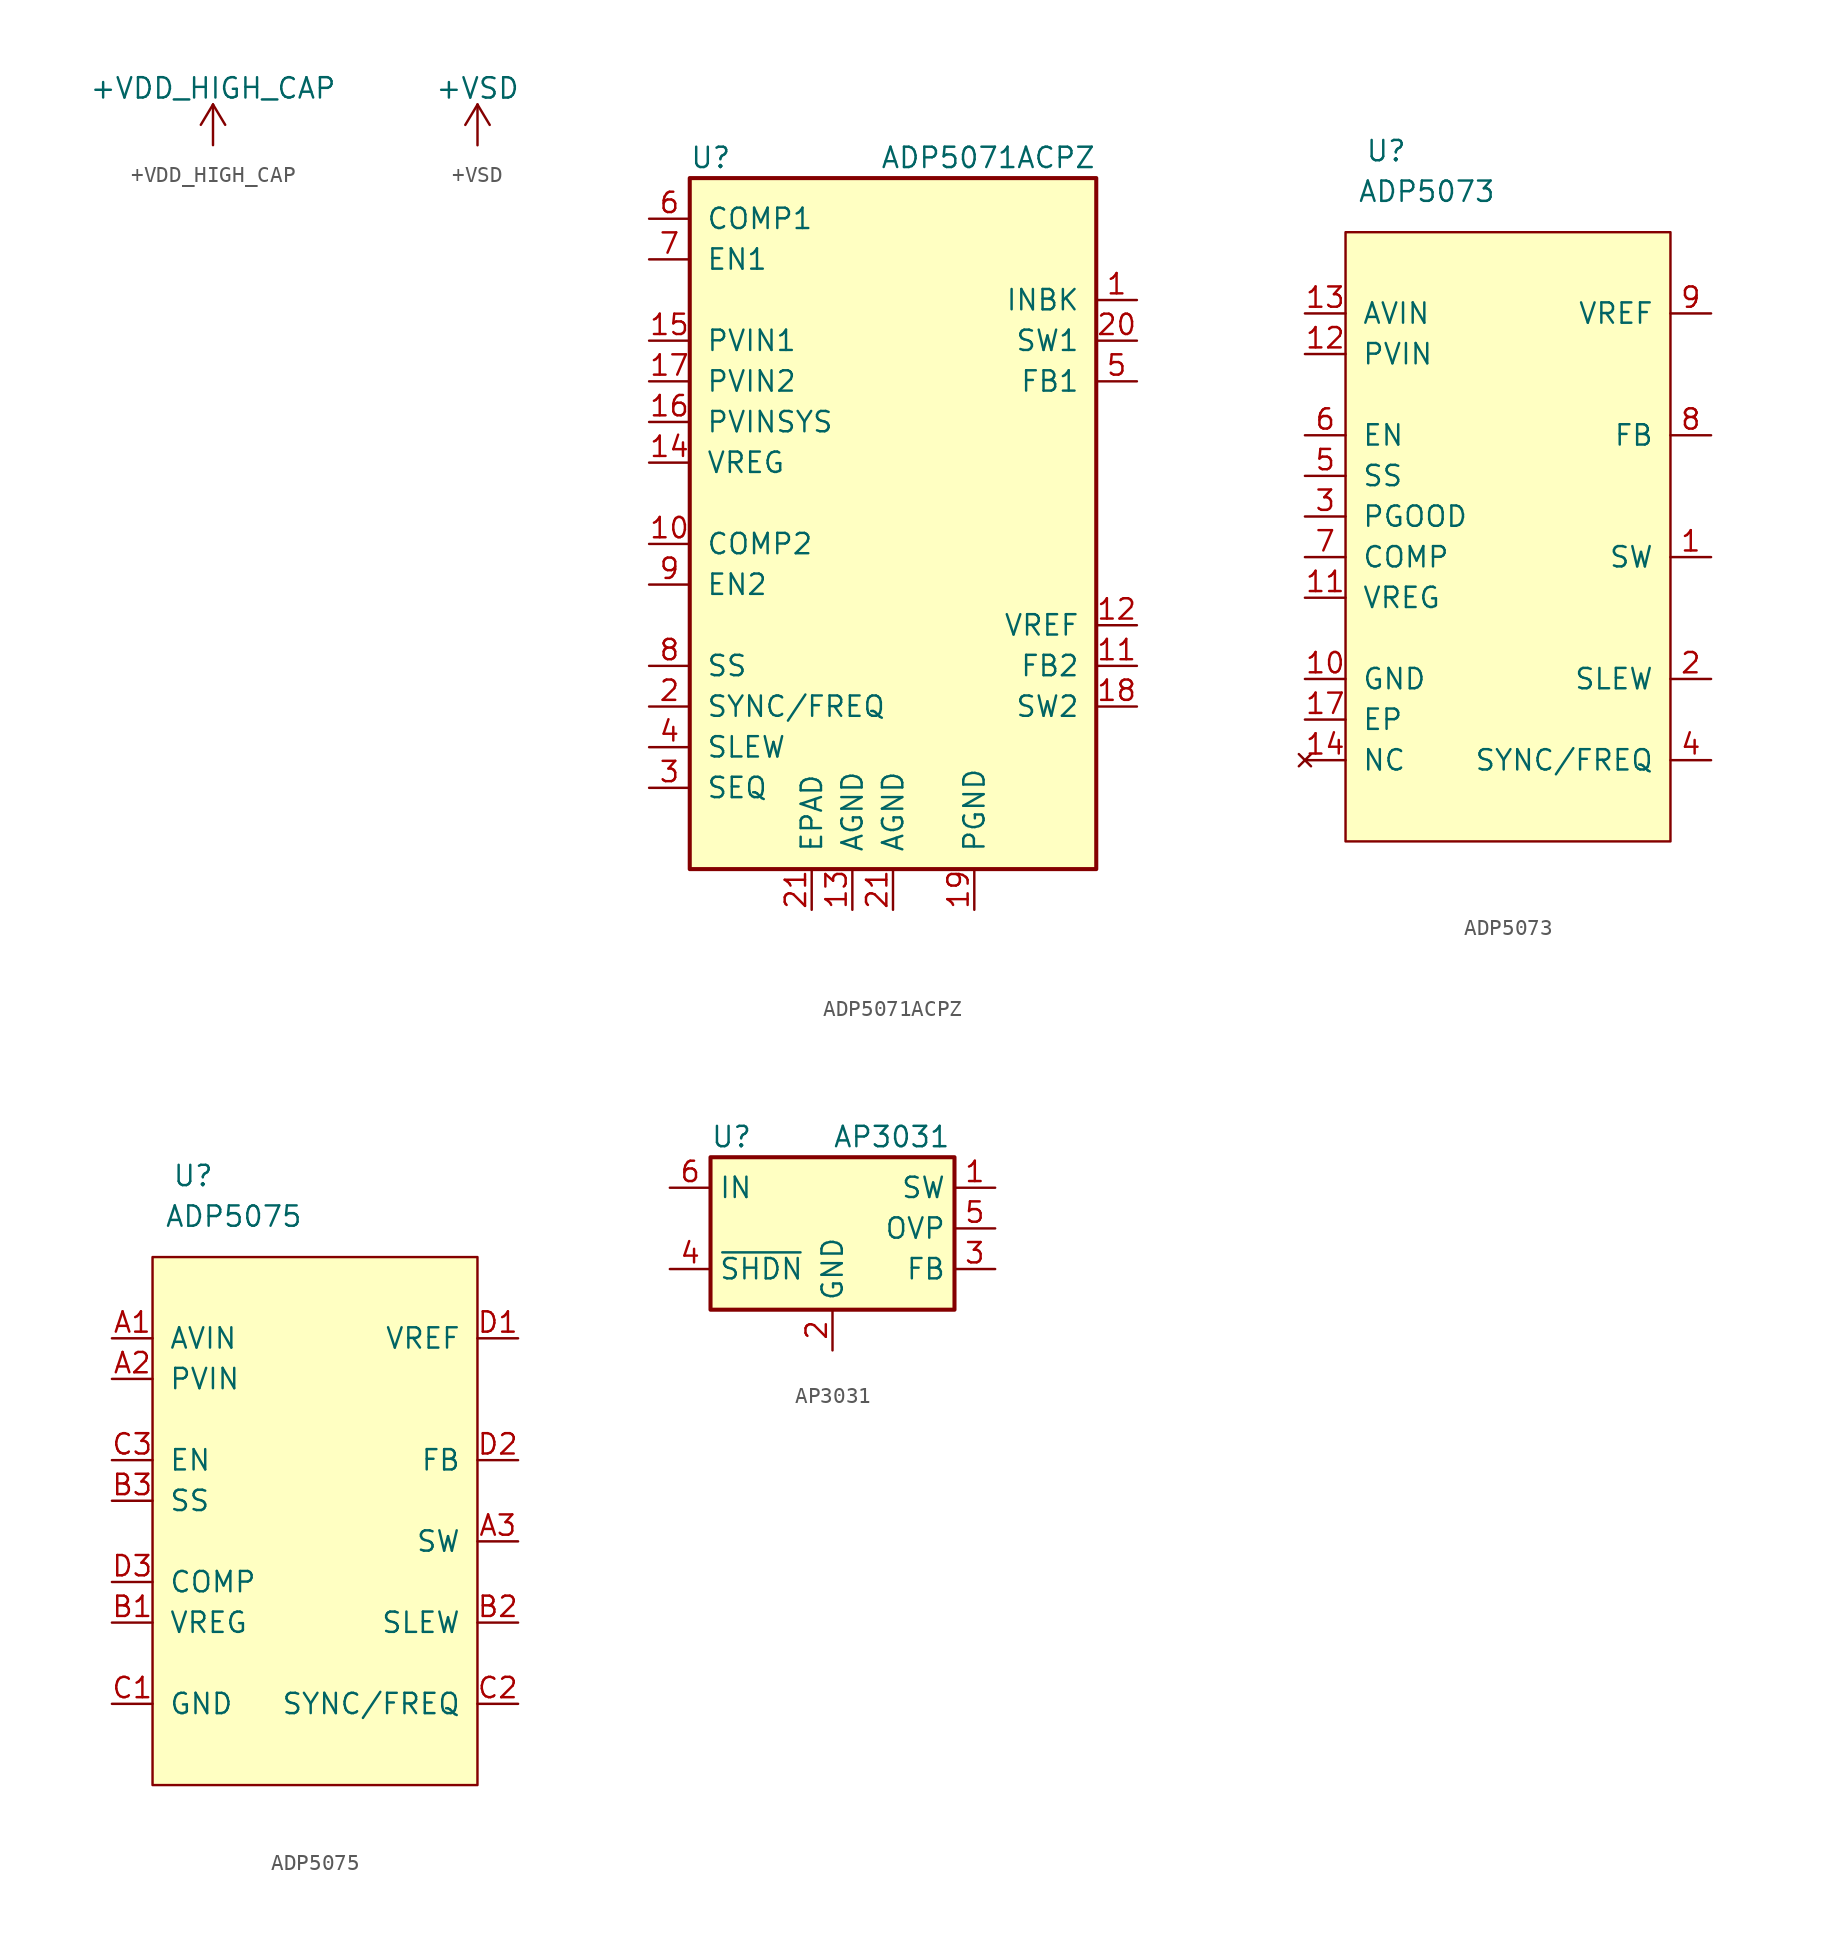
<source format=kicad_sym>
(kicad_symbol_lib
  (version 20231120)
  (generator "kicad_symbol_editor")
  (generator_version "8.0")
  (symbol "+VDD_HIGH_CAP"
    (power)
    (pin_names
      (offset 0))
    (property "Reference" "#PWR"
      (at 0 -3.81 0)
      (effects (font (size 1.27 1.27)) (hide yes)))
    (property "Value" "+VDD_HIGH_CAP"
      (at 0 3.556 0)
      (effects (font (size 1.27 1.27))))
    (symbol "+VDD_HIGH_CAP_0_1"
      (polyline (pts (xy -0.762 1.27) (xy 0 2.54)) (stroke (width 0) (type default)) (fill (type none)))
      (polyline (pts (xy 0 0) (xy 0 2.54)) (stroke (width 0) (type default)) (fill (type none)))
      (polyline (pts (xy 0 2.54) (xy 0.762 1.27)) (stroke (width 0) (type default)) (fill (type none))))
    (symbol "+VDD_HIGH_CAP_1_1"
      (pin power_in line (at 0 0 90) (length 0) hide (name "+VDD_HIGH_CAP" (effects (font (size 1.27 1.27)))) (number "1" (effects (font (size 1.27 1.27)))))))
  (symbol "+VSD"
    (power)
    (pin_names
      (offset 0))
    (property "Reference" "#PWR"
      (at 0 -3.81 0)
      (effects (font (size 1.27 1.27)) (hide yes)))
    (property "Value" "+VSD"
      (at 0 3.556 0)
      (effects (font (size 1.27 1.27))))
    (symbol "+VSD_0_1"
      (polyline (pts (xy -0.762 1.27) (xy 0 2.54)) (stroke (width 0) (type default)) (fill (type none)))
      (polyline (pts (xy 0 0) (xy 0 2.54)) (stroke (width 0) (type default)) (fill (type none)))
      (polyline (pts (xy 0 2.54) (xy 0.762 1.27)) (stroke (width 0) (type default)) (fill (type none))))
    (symbol "+VSD_1_1"
      (pin power_in line (at 0 0 90) (length 0) hide (name "+VSD" (effects (font (size 1.27 1.27)))) (number "1" (effects (font (size 1.27 1.27)))))))
  (symbol "ADP5071ACPZ"
    (pin_names
      (offset 1.016))
    (property "Reference" "U"
      (at -12.7 24.13 0)
      (effects (font (size 1.27 1.27)) (justify left)))
    (property "Value" "ADP5071ACPZ"
      (at 12.7 24.13 0)
      (effects (font (size 1.27 1.27)) (justify right)))
    (symbol "ADP5071ACPZ_0_1"
      (rectangle (start -12.7 22.86) (end 12.7 -20.32) (stroke (width 0.254) (type default)) (fill (type background))))
    (symbol "ADP5071ACPZ_1_1"
      (pin power_out line (at 15.24 15.24 180) (length 2.54) (name "INBK" (effects (font (size 1.27 1.27)))) (number "1" (effects (font (size 1.27 1.27)))))
      (pin passive line (at -15.24 0 0) (length 2.54) (name "COMP2" (effects (font (size 1.27 1.27)))) (number "10" (effects (font (size 1.27 1.27)))))
      (pin input line (at 15.24 -7.62 180) (length 2.54) (name "FB2" (effects (font (size 1.27 1.27)))) (number "11" (effects (font (size 1.27 1.27)))))
      (pin output line (at 15.24 -5.08 180) (length 2.54) (name "VREF" (effects (font (size 1.27 1.27)))) (number "12" (effects (font (size 1.27 1.27)))))
      (pin power_in line (at -2.54 -22.86 90) (length 2.54) (name "AGND" (effects (font (size 1.27 1.27)))) (number "13" (effects (font (size 1.27 1.27)))))
      (pin output line (at -15.24 5.08 0) (length 2.54) (name "VREG" (effects (font (size 1.27 1.27)))) (number "14" (effects (font (size 1.27 1.27)))))
      (pin power_in line (at -15.24 12.7 0) (length 2.54) (name "PVIN1" (effects (font (size 1.27 1.27)))) (number "15" (effects (font (size 1.27 1.27)))))
      (pin power_in line (at -15.24 7.62 0) (length 2.54) (name "PVINSYS" (effects (font (size 1.27 1.27)))) (number "16" (effects (font (size 1.27 1.27)))))
      (pin power_in line (at -15.24 10.16 0) (length 2.54) (name "PVIN2" (effects (font (size 1.27 1.27)))) (number "17" (effects (font (size 1.27 1.27)))))
      (pin power_out line (at 15.24 -10.16 180) (length 2.54) (name "SW2" (effects (font (size 1.27 1.27)))) (number "18" (effects (font (size 1.27 1.27)))))
      (pin power_in line (at 5.08 -22.86 90) (length 2.54) (name "PGND" (effects (font (size 1.27 1.27)))) (number "19" (effects (font (size 1.27 1.27)))))
      (pin input line (at -15.24 -10.16 0) (length 2.54) (name "SYNC/FREQ" (effects (font (size 1.27 1.27)))) (number "2" (effects (font (size 1.27 1.27)))))
      (pin power_out line (at 15.24 12.7 180) (length 2.54) (name "SW1" (effects (font (size 1.27 1.27)))) (number "20" (effects (font (size 1.27 1.27)))))
      (pin power_in line (at 0 -22.86 90) (length 2.54) (name "AGND" (effects (font (size 1.27 1.27)))) (number "21" (effects (font (size 1.27 1.27)))))
      (pin power_in line (at -5.08 -22.86 90) (length 2.54) (name "EPAD" (effects (font (size 1.27 1.27)))) (number "21" (effects (font (size 1.27 1.27)))))
      (pin input line (at -15.24 -15.24 0) (length 2.54) (name "SEQ" (effects (font (size 1.27 1.27)))) (number "3" (effects (font (size 1.27 1.27)))))
      (pin input line (at -15.24 -12.7 0) (length 2.54) (name "SLEW" (effects (font (size 1.27 1.27)))) (number "4" (effects (font (size 1.27 1.27)))))
      (pin input line (at 15.24 10.16 180) (length 2.54) (name "FB1" (effects (font (size 1.27 1.27)))) (number "5" (effects (font (size 1.27 1.27)))))
      (pin passive line (at -15.24 20.32 0) (length 2.54) (name "COMP1" (effects (font (size 1.27 1.27)))) (number "6" (effects (font (size 1.27 1.27)))))
      (pin input line (at -15.24 17.78 0) (length 2.54) (name "EN1" (effects (font (size 1.27 1.27)))) (number "7" (effects (font (size 1.27 1.27)))))
      (pin passive line (at -15.24 -7.62 0) (length 2.54) (name "SS" (effects (font (size 1.27 1.27)))) (number "8" (effects (font (size 1.27 1.27)))))
      (pin input line (at -15.24 -2.54 0) (length 2.54) (name "EN2" (effects (font (size 1.27 1.27)))) (number "9" (effects (font (size 1.27 1.27)))))))
  (symbol "ADP5073"
    (pin_names
      (offset 1.016))
    (property "Reference" "U"
      (at -7.62 22.86 0)
      (effects (font (size 1.27 1.27))))
    (property "Value" "ADP5073"
      (at -5.08 20.32 0)
      (effects (font (size 1.27 1.27))))
    (symbol "ADP5073_0_1"
      (rectangle (start -10.16 17.78) (end 10.16 -20.32) (stroke (width 0) (type default)) (fill (type background))))
    (symbol "ADP5073_1_1"
      (pin output line (at 12.7 -2.54 180) (length 2.54) (name "SW" (effects (font (size 1.27 1.27)))) (number "1" (effects (font (size 1.27 1.27)))))
      (pin power_in line (at -12.7 -10.16 0) (length 2.54) (name "GND" (effects (font (size 1.27 1.27)))) (number "10" (effects (font (size 1.27 1.27)))))
      (pin power_out line (at -12.7 -5.08 0) (length 2.54) (name "VREG" (effects (font (size 1.27 1.27)))) (number "11" (effects (font (size 1.27 1.27)))))
      (pin power_in line (at -12.7 10.16 0) (length 2.54) (name "PVIN" (effects (font (size 1.27 1.27)))) (number "12" (effects (font (size 1.27 1.27)))))
      (pin power_in line (at -12.7 12.7 0) (length 2.54) (name "AVIN" (effects (font (size 1.27 1.27)))) (number "13" (effects (font (size 1.27 1.27)))))
      (pin no_connect line (at -12.7 -15.24 0) (length 2.54) (name "NC" (effects (font (size 1.27 1.27)))) (number "14" (effects (font (size 1.27 1.27)))))
      (pin no_connect line (at -12.7 -15.24 0) (length 2.54) hide (name "NC" (effects (font (size 1.27 1.27)))) (number "15" (effects (font (size 1.27 1.27)))))
      (pin no_connect line (at -12.7 -15.24 0) (length 2.54) hide (name "NC" (effects (font (size 1.27 1.27)))) (number "16" (effects (font (size 1.27 1.27)))))
      (pin power_in line (at -12.7 -12.7 0) (length 2.54) (name "EP" (effects (font (size 1.27 1.27)))) (number "17" (effects (font (size 1.27 1.27)))))
      (pin output line (at 12.7 -10.16 180) (length 2.54) (name "SLEW" (effects (font (size 1.27 1.27)))) (number "2" (effects (font (size 1.27 1.27)))))
      (pin output line (at -12.7 0 0) (length 2.54) (name "PGOOD" (effects (font (size 1.27 1.27)))) (number "3" (effects (font (size 1.27 1.27)))))
      (pin input line (at 12.7 -15.24 180) (length 2.54) (name "SYNC/FREQ" (effects (font (size 1.27 1.27)))) (number "4" (effects (font (size 1.27 1.27)))))
      (pin input line (at -12.7 2.54 0) (length 2.54) (name "SS" (effects (font (size 1.27 1.27)))) (number "5" (effects (font (size 1.27 1.27)))))
      (pin input line (at -12.7 5.08 0) (length 2.54) (name "EN" (effects (font (size 1.27 1.27)))) (number "6" (effects (font (size 1.27 1.27)))))
      (pin input line (at -12.7 -2.54 0) (length 2.54) (name "COMP" (effects (font (size 1.27 1.27)))) (number "7" (effects (font (size 1.27 1.27)))))
      (pin input line (at 12.7 5.08 180) (length 2.54) (name "FB" (effects (font (size 1.27 1.27)))) (number "8" (effects (font (size 1.27 1.27)))))
      (pin power_out line (at 12.7 12.7 180) (length 2.54) (name "VREF" (effects (font (size 1.27 1.27)))) (number "9" (effects (font (size 1.27 1.27)))))))
  (symbol "ADP5075"
    (pin_names
      (offset 1.016))
    (property "Reference" "U"
      (at -7.62 22.86 0)
      (effects (font (size 1.27 1.27))))
    (property "Value" "ADP5075"
      (at -5.08 20.32 0)
      (effects (font (size 1.27 1.27))))
    (symbol "ADP5075_0_1"
      (rectangle (start -10.16 17.78) (end 10.16 -15.24) (stroke (width 0) (type default)) (fill (type background))))
    (symbol "ADP5075_1_1"
      (pin power_in line (at -12.7 12.7 0) (length 2.54) (name "AVIN" (effects (font (size 1.27 1.27)))) (number "A1" (effects (font (size 1.27 1.27)))))
      (pin power_in line (at -12.7 10.16 0) (length 2.54) (name "PVIN" (effects (font (size 1.27 1.27)))) (number "A2" (effects (font (size 1.27 1.27)))))
      (pin output line (at 12.7 0 180) (length 2.54) (name "SW" (effects (font (size 1.27 1.27)))) (number "A3" (effects (font (size 1.27 1.27)))))
      (pin power_out line (at -12.7 -5.08 0) (length 2.54) (name "VREG" (effects (font (size 1.27 1.27)))) (number "B1" (effects (font (size 1.27 1.27)))))
      (pin output line (at 12.7 -5.08 180) (length 2.54) (name "SLEW" (effects (font (size 1.27 1.27)))) (number "B2" (effects (font (size 1.27 1.27)))))
      (pin input line (at -12.7 2.54 0) (length 2.54) (name "SS" (effects (font (size 1.27 1.27)))) (number "B3" (effects (font (size 1.27 1.27)))))
      (pin power_in line (at -12.7 -10.16 0) (length 2.54) (name "GND" (effects (font (size 1.27 1.27)))) (number "C1" (effects (font (size 1.27 1.27)))))
      (pin input line (at 12.7 -10.16 180) (length 2.54) (name "SYNC/FREQ" (effects (font (size 1.27 1.27)))) (number "C2" (effects (font (size 1.27 1.27)))))
      (pin input line (at -12.7 5.08 0) (length 2.54) (name "EN" (effects (font (size 1.27 1.27)))) (number "C3" (effects (font (size 1.27 1.27)))))
      (pin power_out line (at 12.7 12.7 180) (length 2.54) (name "VREF" (effects (font (size 1.27 1.27)))) (number "D1" (effects (font (size 1.27 1.27)))))
      (pin input line (at 12.7 5.08 180) (length 2.54) (name "FB" (effects (font (size 1.27 1.27)))) (number "D2" (effects (font (size 1.27 1.27)))))
      (pin input line (at -12.7 -2.54 0) (length 2.54) (name "COMP" (effects (font (size 1.27 1.27)))) (number "D3" (effects (font (size 1.27 1.27)))))))
  (symbol "AP3031"
    (property "Reference" "U"
      (at -7.62 5.715 0)
      (effects (font (size 1.27 1.27)) (justify left)))
    (property "Value" "AP3031"
      (at 0 5.715 0)
      (effects (font (size 1.27 1.27)) (justify left)))
    (symbol "AP3031_0_1"
      (rectangle (start -7.62 4.445) (end 7.62 -5.08) (stroke (width 0.254) (type default)) (fill (type background))))
    (symbol "AP3031_1_1"
      (pin passive line (at 10.16 2.54 180) (length 2.54) (name "SW" (effects (font (size 1.27 1.27)))) (number "1" (effects (font (size 1.27 1.27)))))
      (pin power_in line (at 0 -7.62 90) (length 2.54) (name "GND" (effects (font (size 1.27 1.27)))) (number "2" (effects (font (size 1.27 1.27)))))
      (pin input line (at 10.16 -2.54 180) (length 2.54) (name "FB" (effects (font (size 1.27 1.27)))) (number "3" (effects (font (size 1.27 1.27)))))
      (pin input line (at -10.16 -2.54 0) (length 2.54) (name "~{SHDN}" (effects (font (size 1.27 1.27)))) (number "4" (effects (font (size 1.27 1.27)))))
      (pin input line (at 10.16 0 180) (length 2.54) (name "OVP" (effects (font (size 1.27 1.27)))) (number "5" (effects (font (size 1.27 1.27)))))
      (pin power_in line (at -10.16 2.54 0) (length 2.54) (name "IN" (effects (font (size 1.27 1.27)))) (number "6" (effects (font (size 1.27 1.27))))))))
</source>
